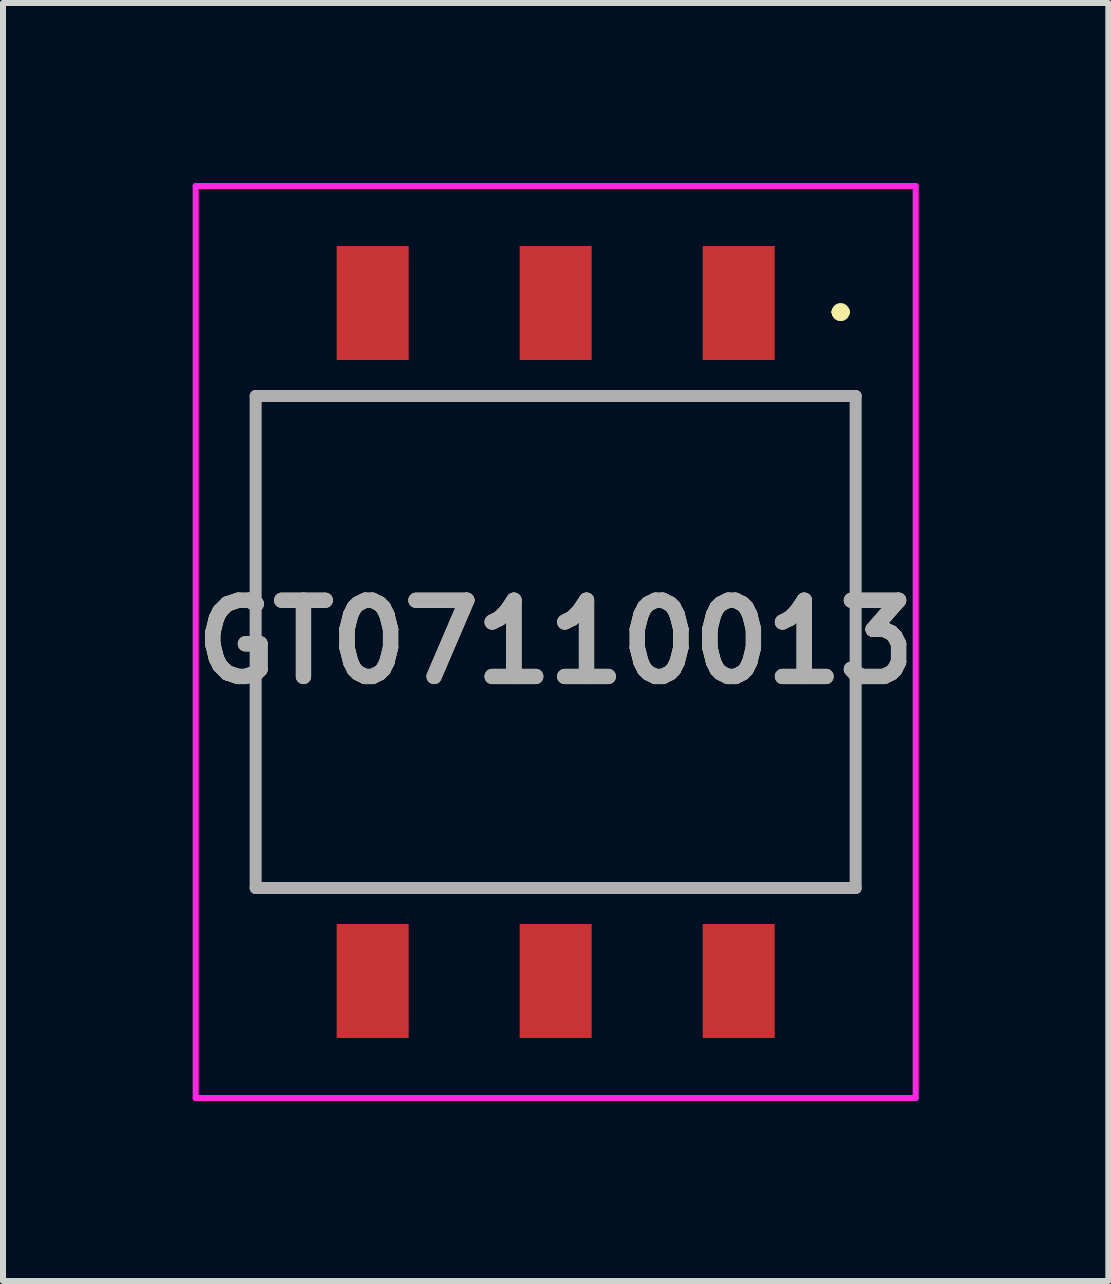
<source format=kicad_pcb>
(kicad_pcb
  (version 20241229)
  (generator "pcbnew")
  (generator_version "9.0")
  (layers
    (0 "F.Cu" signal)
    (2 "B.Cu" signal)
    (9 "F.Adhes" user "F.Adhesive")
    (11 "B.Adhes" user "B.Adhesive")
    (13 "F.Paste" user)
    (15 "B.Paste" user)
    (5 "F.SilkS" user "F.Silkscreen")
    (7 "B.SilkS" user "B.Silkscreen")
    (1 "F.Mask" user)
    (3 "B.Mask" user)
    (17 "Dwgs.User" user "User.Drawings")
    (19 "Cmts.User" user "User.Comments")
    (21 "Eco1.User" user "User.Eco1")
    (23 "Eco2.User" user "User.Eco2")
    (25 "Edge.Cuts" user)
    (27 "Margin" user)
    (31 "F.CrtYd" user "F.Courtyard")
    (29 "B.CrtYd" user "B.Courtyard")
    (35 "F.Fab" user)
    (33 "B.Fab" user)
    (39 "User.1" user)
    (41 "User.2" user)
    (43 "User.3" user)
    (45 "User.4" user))
  (footprint "GT07110013"
    (layer "F.Cu")
    (at 6.211 7.65)
    (property "Reference" "GT07110013" (at 0 0 0) (layer "F.SilkS") (effects (font (size 1.27 1.27) (thickness 0.254))))
    (attr smd)
    (fp_line (start -5 -4.1) (end 5 -4.1) (stroke (width 0.1) (type solid)) (layer "F.SilkS"))
    (fp_line (start -5 4.1) (end -5 -4.1) (stroke (width 0.1) (type solid)) (layer "F.SilkS"))
    (fp_line (start 4.7 -5.5) (end 4.7 -5.5) (stroke (width 0.2) (type solid)) (layer "F.SilkS"))
    (fp_line (start 4.7 -5.5) (end 4.7 -5.5) (stroke (width 0.2) (type solid)) (layer "F.SilkS"))
    (fp_line (start 4.8 -5.5) (end 4.8 -5.5) (stroke (width 0.2) (type solid)) (layer "F.SilkS"))
    (fp_line (start 5 -4.1) (end 5 4.1) (stroke (width 0.1) (type solid)) (layer "F.SilkS"))
    (fp_line (start 5 4.1) (end -5 4.1) (stroke (width 0.1) (type solid)) (layer "F.SilkS"))
    (fp_arc (start 4.7 -5.5) (mid 4.75 -5.55) (end 4.8 -5.5) (stroke (width 0.2) (type solid)) (layer "F.SilkS"))
    (fp_arc (start 4.8 -5.5) (mid 4.75 -5.45) (end 4.7 -5.5) (stroke (width 0.2) (type solid)) (layer "F.SilkS"))
    (fp_arc (start 4.8 -5.5) (mid 4.75 -5.45) (end 4.7 -5.5) (stroke (width 0.2) (type solid)) (layer "F.SilkS"))
    (fp_line (start -6 -7.6) (end 6 -7.6) (stroke (width 0.1) (type solid)) (layer "F.CrtYd"))
    (fp_line (start -6 7.6) (end -6 -7.6) (stroke (width 0.1) (type solid)) (layer "F.CrtYd"))
    (fp_line (start 6 -7.6) (end 6 7.6) (stroke (width 0.1) (type solid)) (layer "F.CrtYd"))
    (fp_line (start 6 7.6) (end -6 7.6) (stroke (width 0.1) (type solid)) (layer "F.CrtYd"))
    (fp_line (start -5 -4.1) (end -5 4.1) (stroke (width 0.2) (type solid)) (layer "F.Fab"))
    (fp_line (start -5 4.1) (end 5 4.1) (stroke (width 0.2) (type solid)) (layer "F.Fab"))
    (fp_line (start 5 -4.1) (end -5 -4.1) (stroke (width 0.2) (type solid)) (layer "F.Fab"))
    (fp_line (start 5 4.1) (end 5 -4.1) (stroke (width 0.2) (type solid)) (layer "F.Fab"))
    (fp_text user "${REFERENCE}" (at 0 0 0) (layer "F.Fab") (effects (font (size 1.27 1.27) (thickness 0.254))))
    (pad "1" smd rect (at 3.05 -5.65) (size 1.2 1.9) (layers "F.Cu" "F.Mask" "F.Paste"))
    (pad "2" smd rect (at 0 -5.65) (size 1.2 1.9) (layers "F.Cu" "F.Mask" "F.Paste"))
    (pad "3" smd rect (at -3.05 -5.65) (size 1.2 1.9) (layers "F.Cu" "F.Mask" "F.Paste"))
    (pad "4" smd rect (at -3.05 5.65) (size 1.2 1.9) (layers "F.Cu" "F.Mask" "F.Paste"))
    (pad "5" smd rect (at 0 5.65) (size 1.2 1.9) (layers "F.Cu" "F.Mask" "F.Paste"))
    (pad "6" smd rect (at 3.05 5.65) (size 1.2 1.9) (layers "F.Cu" "F.Mask" "F.Paste")))
  (gr_rect
    (start -3 -3)
    (end 15.422 18.3)
    (stroke (width 0.1) (type default))
    (fill no)
    (layer "Edge.Cuts")))
</source>
